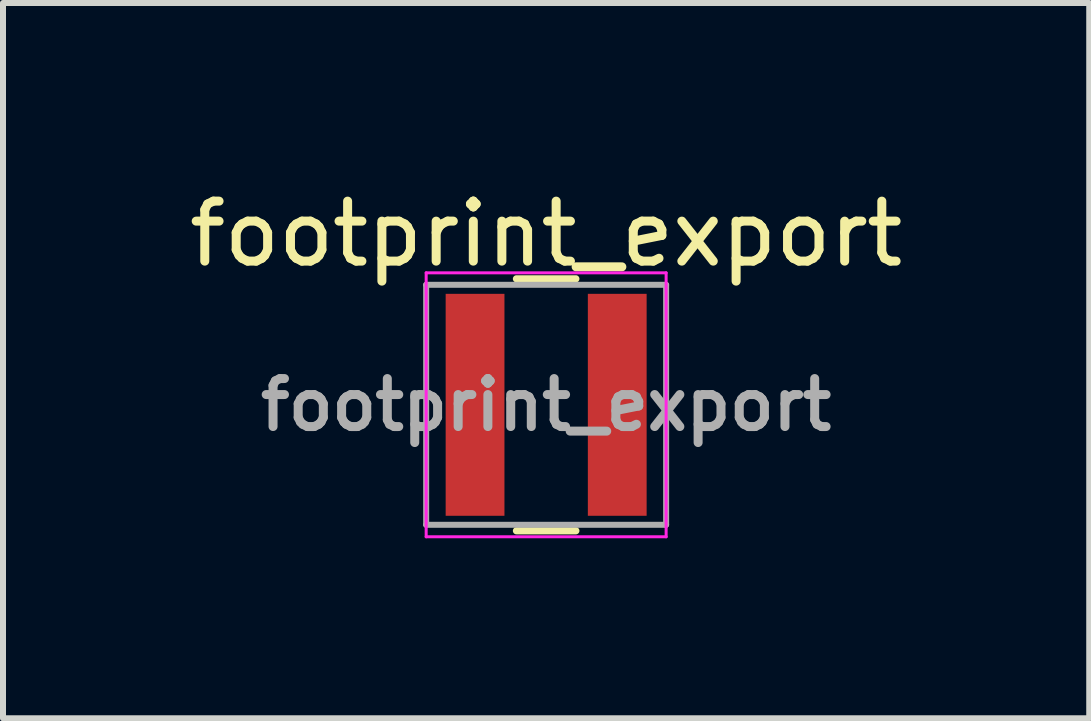
<source format=kicad_pcb>
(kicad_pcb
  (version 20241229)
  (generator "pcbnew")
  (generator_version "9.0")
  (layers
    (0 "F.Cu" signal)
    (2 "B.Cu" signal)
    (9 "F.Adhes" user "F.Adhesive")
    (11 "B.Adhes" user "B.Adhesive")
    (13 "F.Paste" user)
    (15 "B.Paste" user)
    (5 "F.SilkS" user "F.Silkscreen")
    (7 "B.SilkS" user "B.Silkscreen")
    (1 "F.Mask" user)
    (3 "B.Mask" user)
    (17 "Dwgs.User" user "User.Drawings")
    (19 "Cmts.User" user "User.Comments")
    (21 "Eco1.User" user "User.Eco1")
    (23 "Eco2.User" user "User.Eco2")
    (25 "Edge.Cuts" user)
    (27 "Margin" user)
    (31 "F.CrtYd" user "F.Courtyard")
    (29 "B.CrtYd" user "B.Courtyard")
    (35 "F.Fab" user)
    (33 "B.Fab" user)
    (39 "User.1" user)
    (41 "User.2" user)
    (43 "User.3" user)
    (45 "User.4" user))
  (footprint "footprint_export"
    (layer "F.Cu")
    (at 6.054 3.698)
    (property "Reference" "footprint_export" (at 0 -2.85 0) (layer "F.SilkS") (effects (font (size 1 1) (thickness 0.15))))
    (attr smd)
    (fp_line (start -0.495 -2.1) (end 0.495 -2.1) (stroke (width 0.12) (type solid)) (layer "F.SilkS"))
    (fp_line (start -0.495 2.1) (end 0.495 2.1) (stroke (width 0.12) (type solid)) (layer "F.SilkS"))
    (fp_line (start -2 -2.2) (end -2 2.2) (stroke (width 0.05) (type solid)) (layer "F.CrtYd"))
    (fp_line (start -2 2.2) (end 2 2.2) (stroke (width 0.05) (type solid)) (layer "F.CrtYd"))
    (fp_line (start 2 -2.2) (end -2 -2.2) (stroke (width 0.05) (type solid)) (layer "F.CrtYd"))
    (fp_line (start 2 2.2) (end 2 -2.2) (stroke (width 0.05) (type solid)) (layer "F.CrtYd"))
    (fp_line (start -2 -2) (end -2 2) (stroke (width 0.1) (type solid)) (layer "F.Fab"))
    (fp_line (start -2 2) (end 2 2) (stroke (width 0.1) (type solid)) (layer "F.Fab"))
    (fp_line (start 2 -2) (end -2 -2) (stroke (width 0.1) (type solid)) (layer "F.Fab"))
    (fp_line (start 2 2) (end 2 -2) (stroke (width 0.1) (type solid)) (layer "F.Fab"))
    (fp_text user "${REFERENCE}" (at 0 0 0) (layer "F.Fab") (effects (font (size 0.8 0.8) (thickness 0.15))))
    (pad "1" smd rect (at -1.185 0) (size 0.98 3.7) (layers "F.Cu" "F.Mask" "F.Paste"))
    (pad "2" smd rect (at 1.185 0) (size 0.98 3.7) (layers "F.Cu" "F.Mask" "F.Paste")))
  (gr_rect
    (start -3 -3)
    (end 15.107 8.923)
    (stroke (width 0.1) (type default))
    (fill no)
    (layer "Edge.Cuts")))
</source>
